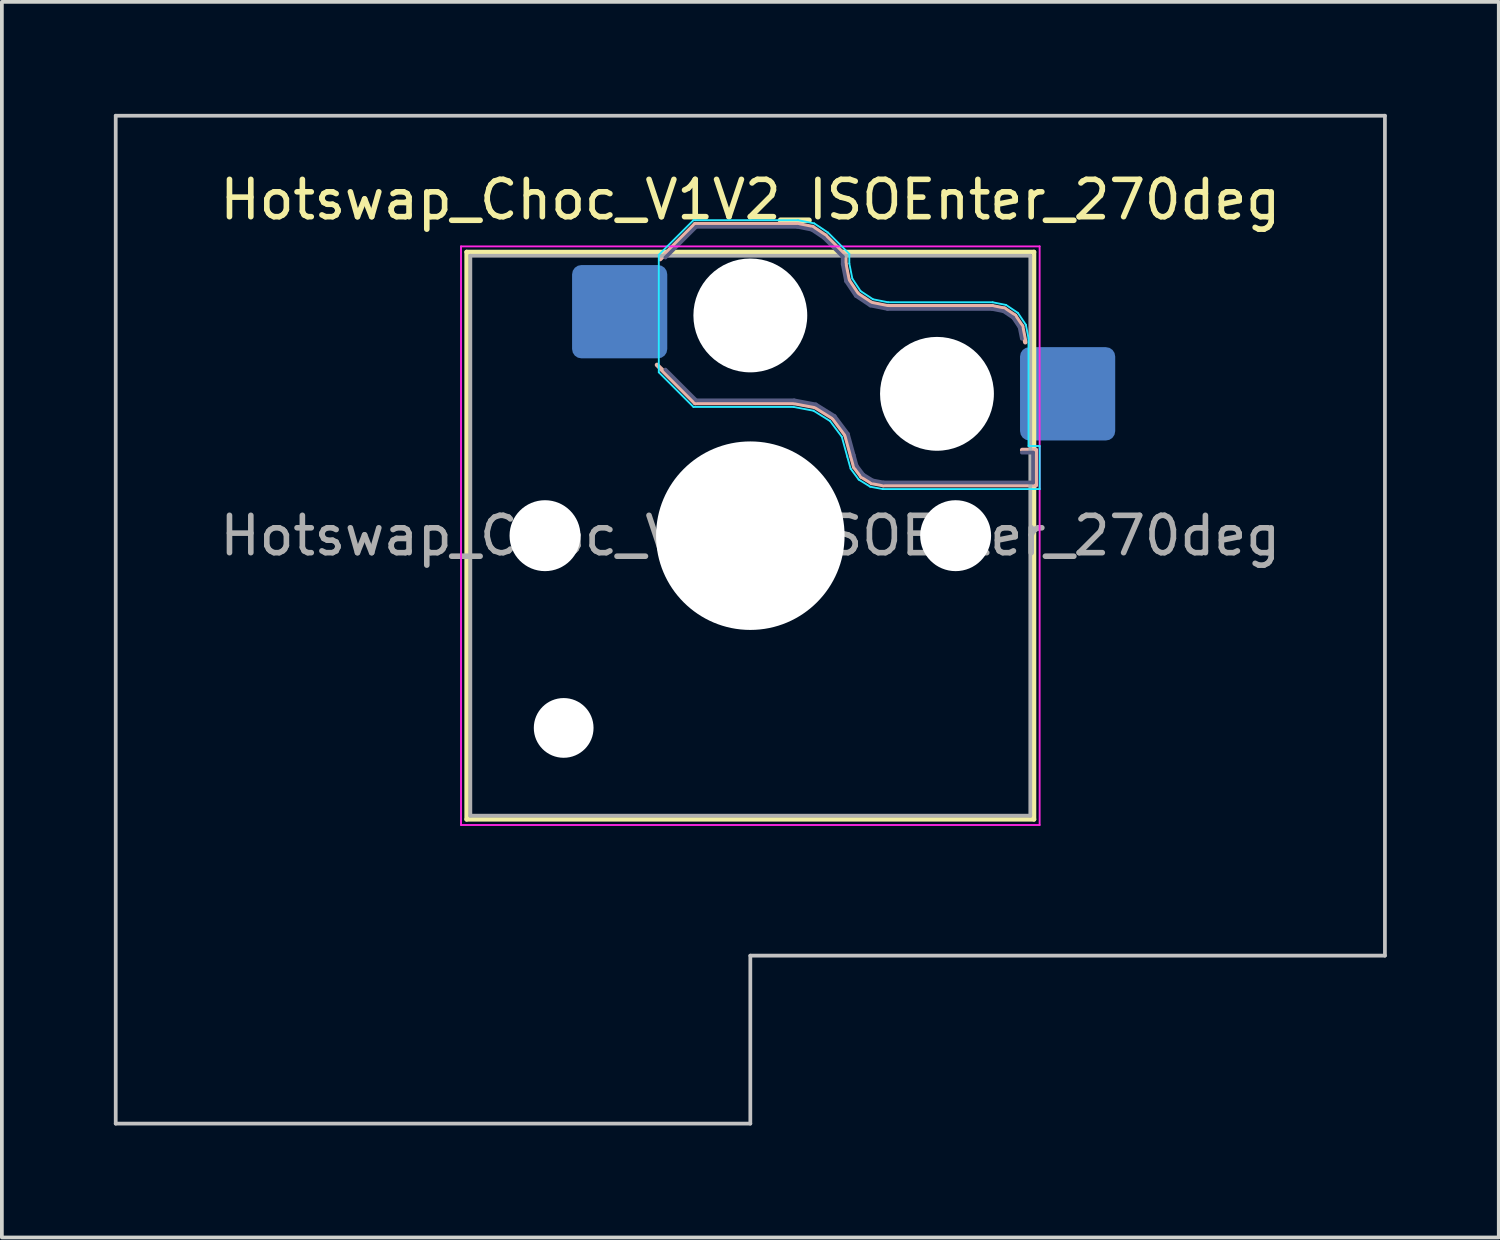
<source format=kicad_pcb>
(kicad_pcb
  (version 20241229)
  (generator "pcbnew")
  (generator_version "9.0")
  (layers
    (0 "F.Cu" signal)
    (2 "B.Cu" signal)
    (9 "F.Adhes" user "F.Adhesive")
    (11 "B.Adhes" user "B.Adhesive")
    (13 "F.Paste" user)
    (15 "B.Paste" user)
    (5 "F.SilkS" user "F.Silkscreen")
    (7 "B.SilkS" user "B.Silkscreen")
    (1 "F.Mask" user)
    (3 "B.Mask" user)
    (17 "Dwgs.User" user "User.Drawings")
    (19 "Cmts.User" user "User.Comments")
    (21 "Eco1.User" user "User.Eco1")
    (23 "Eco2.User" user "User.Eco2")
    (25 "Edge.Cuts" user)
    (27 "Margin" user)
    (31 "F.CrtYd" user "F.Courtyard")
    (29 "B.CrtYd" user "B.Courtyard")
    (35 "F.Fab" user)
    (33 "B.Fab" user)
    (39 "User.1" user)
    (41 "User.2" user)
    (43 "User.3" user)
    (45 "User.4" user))
  (footprint "Hotswap_Choc_V1V2_ISOEnter_270deg"
    (layer "F.Cu")
    (at 17.05 11.3)
    (property "Reference" "Hotswap_Choc_V1V2_ISOEnter_270deg" (at 0 -9 0) (layer "F.SilkS") (effects (font (size 1 1) (thickness 0.15))))
    (attr smd)
    (fp_line (start -7.6 -7.6) (end -7.6 7.6) (stroke (width 0.12) (type solid)) (layer "F.SilkS"))
    (fp_line (start -7.6 7.6) (end 7.6 7.6) (stroke (width 0.12) (type solid)) (layer "F.SilkS"))
    (fp_line (start 7.6 -7.6) (end -7.6 -7.6) (stroke (width 0.12) (type solid)) (layer "F.SilkS"))
    (fp_line (start 7.6 7.6) (end 7.6 -7.6) (stroke (width 0.12) (type solid)) (layer "F.SilkS"))
    (fp_line (start -2.416 -7.409) (end -1.479 -8.346) (stroke (width 0.12) (type solid)) (layer "B.SilkS"))
    (fp_line (start -1.479 -8.346) (end 1.268 -8.346) (stroke (width 0.12) (type solid)) (layer "B.SilkS"))
    (fp_line (start -1.479 -3.554) (end -2.5 -4.575) (stroke (width 0.12) (type solid)) (layer "B.SilkS"))
    (fp_line (start 1.168 -3.554) (end -1.479 -3.554) (stroke (width 0.12) (type solid)) (layer "B.SilkS"))
    (fp_line (start 1.268 -8.346) (end 1.671 -8.266) (stroke (width 0.12) (type solid)) (layer "B.SilkS"))
    (fp_line (start 1.671 -8.266) (end 2.013 -8.037) (stroke (width 0.12) (type solid)) (layer "B.SilkS"))
    (fp_line (start 1.73 -3.449) (end 1.168 -3.554) (stroke (width 0.12) (type solid)) (layer "B.SilkS"))
    (fp_line (start 2.013 -8.037) (end 2.546 -7.504) (stroke (width 0.12) (type solid)) (layer "B.SilkS"))
    (fp_line (start 2.209 -3.15) (end 1.73 -3.449) (stroke (width 0.12) (type solid)) (layer "B.SilkS"))
    (fp_line (start 2.546 -7.504) (end 2.546 -7.282) (stroke (width 0.12) (type solid)) (layer "B.SilkS"))
    (fp_line (start 2.546 -7.282) (end 2.633 -6.844) (stroke (width 0.12) (type solid)) (layer "B.SilkS"))
    (fp_line (start 2.547 -2.697) (end 2.209 -3.15) (stroke (width 0.12) (type solid)) (layer "B.SilkS"))
    (fp_line (start 2.633 -6.844) (end 2.877 -6.477) (stroke (width 0.12) (type solid)) (layer "B.SilkS"))
    (fp_line (start 2.701 -2.139) (end 2.547 -2.697) (stroke (width 0.12) (type solid)) (layer "B.SilkS"))
    (fp_line (start 2.783 -1.841) (end 2.701 -2.139) (stroke (width 0.12) (type solid)) (layer "B.SilkS"))
    (fp_line (start 2.877 -6.477) (end 3.244 -6.233) (stroke (width 0.12) (type solid)) (layer "B.SilkS"))
    (fp_line (start 2.976 -1.583) (end 2.783 -1.841) (stroke (width 0.12) (type solid)) (layer "B.SilkS"))
    (fp_line (start 3.244 -6.233) (end 3.682 -6.146) (stroke (width 0.12) (type solid)) (layer "B.SilkS"))
    (fp_line (start 3.25 -1.413) (end 2.976 -1.583) (stroke (width 0.12) (type solid)) (layer "B.SilkS"))
    (fp_line (start 3.56 -1.354) (end 3.25 -1.413) (stroke (width 0.12) (type solid)) (layer "B.SilkS"))
    (fp_line (start 3.682 -6.146) (end 6.482 -6.146) (stroke (width 0.12) (type solid)) (layer "B.SilkS"))
    (fp_line (start 6.482 -6.146) (end 6.809 -6.081) (stroke (width 0.12) (type solid)) (layer "B.SilkS"))
    (fp_line (start 6.809 -6.081) (end 7.092 -5.892) (stroke (width 0.12) (type solid)) (layer "B.SilkS"))
    (fp_line (start 7.092 -5.892) (end 7.281 -5.609) (stroke (width 0.12) (type solid)) (layer "B.SilkS"))
    (fp_line (start 7.281 -5.609) (end 7.366 -5.182) (stroke (width 0.12) (type solid)) (layer "B.SilkS"))
    (fp_line (start 7.283 -2.296) (end 7.646 -2.296) (stroke (width 0.12) (type solid)) (layer "B.SilkS"))
    (fp_line (start 7.646 -2.296) (end 7.646 -1.354) (stroke (width 0.12) (type solid)) (layer "B.SilkS"))
    (fp_line (start 7.646 -1.354) (end 3.56 -1.354) (stroke (width 0.12) (type solid)) (layer "B.SilkS"))
    (fp_line (start -17 -11.25) (end -17 15.75) (stroke (width 0.1) (type solid)) (layer "Dwgs.User"))
    (fp_line (start -17 15.75) (end 0 15.75) (stroke (width 0.1) (type solid)) (layer "Dwgs.User"))
    (fp_line (start 0 11.25) (end 17 11.25) (stroke (width 0.1) (type solid)) (layer "Dwgs.User"))
    (fp_line (start 0 15.75) (end 0 11.25) (stroke (width 0.1) (type solid)) (layer "Dwgs.User"))
    (fp_line (start 17 -11.25) (end -17 -11.25) (stroke (width 0.1) (type solid)) (layer "Dwgs.User"))
    (fp_line (start 17 11.25) (end 17 -11.25) (stroke (width 0.1) (type solid)) (layer "Dwgs.User"))
    (fp_line (start -7.25 -7.25) (end -7.25 7.25) (stroke (width 0.1) (type solid)) (layer "Eco1.User"))
    (fp_line (start -7.25 7.25) (end 7.25 7.25) (stroke (width 0.1) (type solid)) (layer "Eco1.User"))
    (fp_line (start 7.25 -7.25) (end -7.25 -7.25) (stroke (width 0.1) (type solid)) (layer "Eco1.User"))
    (fp_line (start 7.25 7.25) (end 7.25 -7.25) (stroke (width 0.1) (type solid)) (layer "Eco1.User"))
    (fp_line (start -2.452 -7.523) (end -1.523 -8.452) (stroke (width 0.05) (type solid)) (layer "B.CrtYd"))
    (fp_line (start -2.452 -4.377) (end -2.452 -7.523) (stroke (width 0.05) (type solid)) (layer "B.CrtYd"))
    (fp_line (start -1.523 -8.452) (end 1.278 -8.452) (stroke (width 0.05) (type solid)) (layer "B.CrtYd"))
    (fp_line (start -1.523 -3.448) (end -2.452 -4.377) (stroke (width 0.05) (type solid)) (layer "B.CrtYd"))
    (fp_line (start 1.159 -3.448) (end -1.523 -3.448) (stroke (width 0.05) (type solid)) (layer "B.CrtYd"))
    (fp_line (start 1.278 -8.452) (end 1.712 -8.366) (stroke (width 0.05) (type solid)) (layer "B.CrtYd"))
    (fp_line (start 1.691 -3.348) (end 1.159 -3.448) (stroke (width 0.05) (type solid)) (layer "B.CrtYd"))
    (fp_line (start 1.712 -8.366) (end 2.081 -8.119) (stroke (width 0.05) (type solid)) (layer "B.CrtYd"))
    (fp_line (start 2.081 -8.119) (end 2.652 -7.548) (stroke (width 0.05) (type solid)) (layer "B.CrtYd"))
    (fp_line (start 2.136 -3.071) (end 1.691 -3.348) (stroke (width 0.05) (type solid)) (layer "B.CrtYd"))
    (fp_line (start 2.45 -2.65) (end 2.136 -3.071) (stroke (width 0.05) (type solid)) (layer "B.CrtYd"))
    (fp_line (start 2.599 -2.111) (end 2.45 -2.65) (stroke (width 0.05) (type solid)) (layer "B.CrtYd"))
    (fp_line (start 2.652 -7.548) (end 2.652 -7.292) (stroke (width 0.05) (type solid)) (layer "B.CrtYd"))
    (fp_line (start 2.652 -7.292) (end 2.733 -6.885) (stroke (width 0.05) (type solid)) (layer "B.CrtYd"))
    (fp_line (start 2.687 -1.794) (end 2.599 -2.111) (stroke (width 0.05) (type solid)) (layer "B.CrtYd"))
    (fp_line (start 2.733 -6.885) (end 2.953 -6.553) (stroke (width 0.05) (type solid)) (layer "B.CrtYd"))
    (fp_line (start 2.903 -1.503) (end 2.687 -1.794) (stroke (width 0.05) (type solid)) (layer "B.CrtYd"))
    (fp_line (start 2.953 -6.553) (end 3.285 -6.333) (stroke (width 0.05) (type solid)) (layer "B.CrtYd"))
    (fp_line (start 3.211 -1.312) (end 2.903 -1.503) (stroke (width 0.05) (type solid)) (layer "B.CrtYd"))
    (fp_line (start 3.285 -6.333) (end 3.692 -6.252) (stroke (width 0.05) (type solid)) (layer "B.CrtYd"))
    (fp_line (start 3.55 -1.248) (end 3.211 -1.312) (stroke (width 0.05) (type solid)) (layer "B.CrtYd"))
    (fp_line (start 3.692 -6.252) (end 6.492 -6.252) (stroke (width 0.05) (type solid)) (layer "B.CrtYd"))
    (fp_line (start 6.492 -6.252) (end 6.85 -6.181) (stroke (width 0.05) (type solid)) (layer "B.CrtYd"))
    (fp_line (start 6.85 -6.181) (end 7.168 -5.968) (stroke (width 0.05) (type solid)) (layer "B.CrtYd"))
    (fp_line (start 7.168 -5.968) (end 7.381 -5.65) (stroke (width 0.05) (type solid)) (layer "B.CrtYd"))
    (fp_line (start 7.381 -5.65) (end 7.452 -5.292) (stroke (width 0.05) (type solid)) (layer "B.CrtYd"))
    (fp_line (start 7.452 -5.292) (end 7.452 -2.402) (stroke (width 0.05) (type solid)) (layer "B.CrtYd"))
    (fp_line (start 7.452 -2.402) (end 7.752 -2.402) (stroke (width 0.05) (type solid)) (layer "B.CrtYd"))
    (fp_line (start 7.752 -2.402) (end 7.752 -1.248) (stroke (width 0.05) (type solid)) (layer "B.CrtYd"))
    (fp_line (start 7.752 -1.248) (end 3.55 -1.248) (stroke (width 0.05) (type solid)) (layer "B.CrtYd"))
    (fp_line (start -7.75 -7.75) (end -7.75 7.75) (stroke (width 0.05) (type solid)) (layer "F.CrtYd"))
    (fp_line (start -7.75 7.75) (end 7.75 7.75) (stroke (width 0.05) (type solid)) (layer "F.CrtYd"))
    (fp_line (start 7.75 -7.75) (end -7.75 -7.75) (stroke (width 0.05) (type solid)) (layer "F.CrtYd"))
    (fp_line (start 7.75 7.75) (end 7.75 -7.75) (stroke (width 0.05) (type solid)) (layer "F.CrtYd"))
    (fp_line (start -2.275 -7.45) (end -1.45 -8.275) (stroke (width 0.1) (type solid)) (layer "B.Fab"))
    (fp_line (start -1.45 -8.275) (end 1.261 -8.275) (stroke (width 0.1) (type solid)) (layer "B.Fab"))
    (fp_line (start -1.45 -3.625) (end -2.275 -4.45) (stroke (width 0.1) (type solid)) (layer "B.Fab"))
    (fp_line (start 1.175 -3.625) (end -1.45 -3.625) (stroke (width 0.1) (type solid)) (layer "B.Fab"))
    (fp_line (start 1.261 -8.275) (end 1.643 -8.199) (stroke (width 0.1) (type solid)) (layer "B.Fab"))
    (fp_line (start 1.643 -8.199) (end 1.968 -7.982) (stroke (width 0.1) (type solid)) (layer "B.Fab"))
    (fp_line (start 1.756 -3.516) (end 1.175 -3.625) (stroke (width 0.1) (type solid)) (layer "B.Fab"))
    (fp_line (start 1.968 -7.982) (end 2.475 -7.475) (stroke (width 0.1) (type solid)) (layer "B.Fab"))
    (fp_line (start 2.258 -3.203) (end 1.756 -3.516) (stroke (width 0.1) (type solid)) (layer "B.Fab"))
    (fp_line (start 2.475 -7.475) (end 2.475 -7.275) (stroke (width 0.1) (type solid)) (layer "B.Fab"))
    (fp_line (start 2.475 -7.275) (end 2.566 -6.816) (stroke (width 0.1) (type solid)) (layer "B.Fab"))
    (fp_line (start 2.566 -6.816) (end 2.826 -6.426) (stroke (width 0.1) (type solid)) (layer "B.Fab"))
    (fp_line (start 2.612 -2.729) (end 2.258 -3.203) (stroke (width 0.1) (type solid)) (layer "B.Fab"))
    (fp_line (start 2.769 -2.158) (end 2.612 -2.729) (stroke (width 0.1) (type solid)) (layer "B.Fab"))
    (fp_line (start 2.826 -6.426) (end 3.216 -6.166) (stroke (width 0.1) (type solid)) (layer "B.Fab"))
    (fp_line (start 2.848 -1.873) (end 2.769 -2.158) (stroke (width 0.1) (type solid)) (layer "B.Fab"))
    (fp_line (start 3.025 -1.636) (end 2.848 -1.873) (stroke (width 0.1) (type solid)) (layer "B.Fab"))
    (fp_line (start 3.216 -6.166) (end 3.675 -6.075) (stroke (width 0.1) (type solid)) (layer "B.Fab"))
    (fp_line (start 3.276 -1.48) (end 3.025 -1.636) (stroke (width 0.1) (type solid)) (layer "B.Fab"))
    (fp_line (start 3.567 -1.425) (end 3.276 -1.48) (stroke (width 0.1) (type solid)) (layer "B.Fab"))
    (fp_line (start 3.675 -6.075) (end 6.475 -6.075) (stroke (width 0.1) (type solid)) (layer "B.Fab"))
    (fp_line (start 6.475 -6.075) (end 6.781 -6.014) (stroke (width 0.1) (type solid)) (layer "B.Fab"))
    (fp_line (start 6.781 -6.014) (end 7.041 -5.841) (stroke (width 0.1) (type solid)) (layer "B.Fab"))
    (fp_line (start 7.041 -5.841) (end 7.214 -5.581) (stroke (width 0.1) (type solid)) (layer "B.Fab"))
    (fp_line (start 7.214 -5.581) (end 7.275 -5.275) (stroke (width 0.1) (type solid)) (layer "B.Fab"))
    (fp_line (start 7.275 -2.225) (end 7.575 -2.225) (stroke (width 0.1) (type solid)) (layer "B.Fab"))
    (fp_line (start 7.575 -2.225) (end 7.575 -1.425) (stroke (width 0.1) (type solid)) (layer "B.Fab"))
    (fp_line (start 7.575 -1.425) (end 3.567 -1.425) (stroke (width 0.1) (type solid)) (layer "B.Fab"))
    (fp_line (start -7.5 -7.5) (end -7.5 7.5) (stroke (width 0.1) (type solid)) (layer "F.Fab"))
    (fp_line (start -7.5 7.5) (end 7.5 7.5) (stroke (width 0.1) (type solid)) (layer "F.Fab"))
    (fp_line (start 7.5 -7.5) (end -7.5 -7.5) (stroke (width 0.1) (type solid)) (layer "F.Fab"))
    (fp_line (start 7.5 7.5) (end 7.5 -7.5) (stroke (width 0.1) (type solid)) (layer "F.Fab"))
    (fp_text user "${REFERENCE}" (at 0 0 0) (layer "F.Fab") (effects (font (size 1 1) (thickness 0.15))))
    (pad "" np_thru_hole circle (at -5.5 0) (size 1.9 1.9) (drill 1.9) (layers "*.Cu" "*.Mask"))
    (pad "" np_thru_hole circle (at -5 5.15) (size 1.6 1.6) (drill 1.6) (layers "*.Cu" "*.Mask"))
    (pad "" np_thru_hole circle (at 0 -5.9) (size 3.05 3.05) (drill 3.05) (layers "*.Cu" "*.Mask"))
    (pad "" np_thru_hole circle (at 0 0) (size 5.05 5.05) (drill 5.05) (layers "*.Cu" "*.Mask"))
    (pad "" np_thru_hole circle (at 5 -3.8) (size 3.05 3.05) (drill 3.05) (layers "*.Cu" "*.Mask"))
    (pad "" np_thru_hole circle (at 5.5 0) (size 1.9 1.9) (drill 1.9) (layers "*.Cu" "*.Mask"))
    (pad "1" smd roundrect (at -3.5 -6) (size 2.55 2.5) (layers "B.Cu" "B.Mask" "B.Paste") (roundrect_rratio 0.1))
    (pad "2" smd roundrect (at 8.5 -3.8) (size 2.55 2.5) (layers "B.Cu" "B.Mask" "B.Paste") (roundrect_rratio 0.1)))
  (gr_rect
    (start -3 -3)
    (end 37.1 30.1)
    (stroke (width 0.1) (type default))
    (fill no)
    (layer "Edge.Cuts")))
</source>
